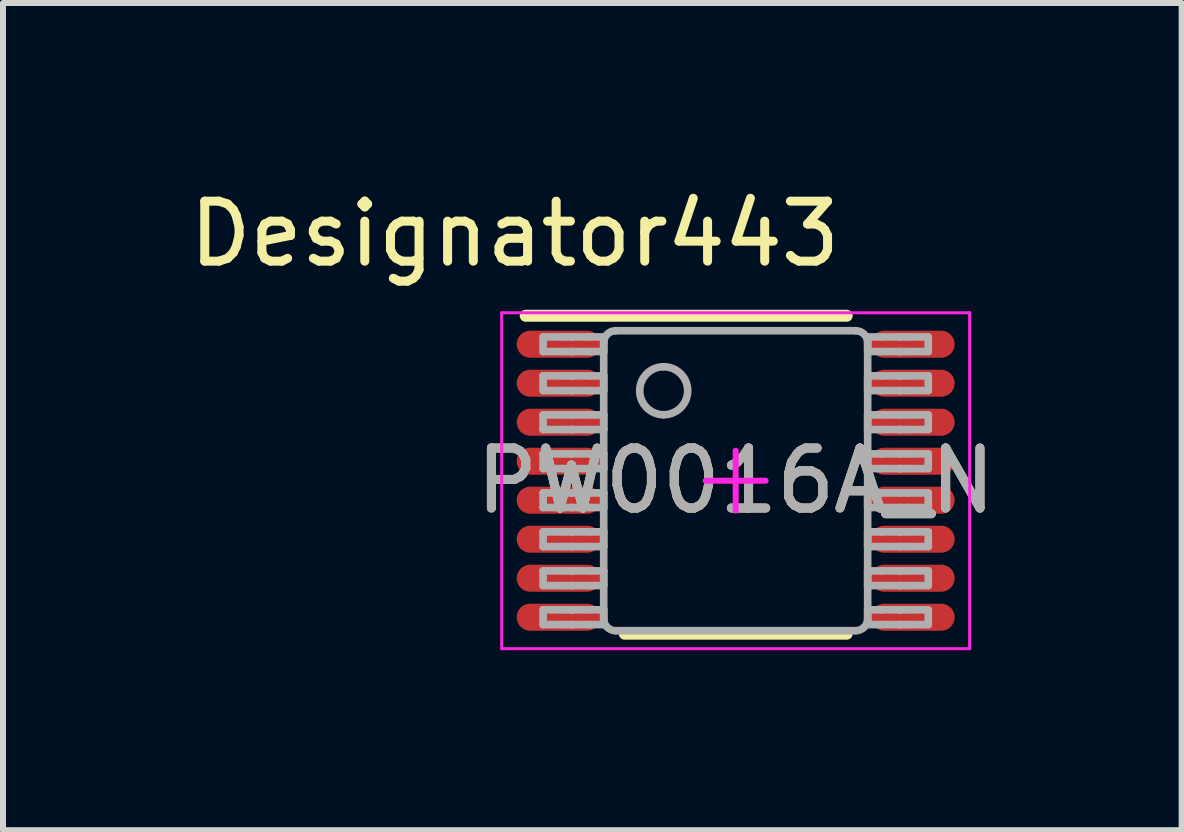
<source format=kicad_pcb>
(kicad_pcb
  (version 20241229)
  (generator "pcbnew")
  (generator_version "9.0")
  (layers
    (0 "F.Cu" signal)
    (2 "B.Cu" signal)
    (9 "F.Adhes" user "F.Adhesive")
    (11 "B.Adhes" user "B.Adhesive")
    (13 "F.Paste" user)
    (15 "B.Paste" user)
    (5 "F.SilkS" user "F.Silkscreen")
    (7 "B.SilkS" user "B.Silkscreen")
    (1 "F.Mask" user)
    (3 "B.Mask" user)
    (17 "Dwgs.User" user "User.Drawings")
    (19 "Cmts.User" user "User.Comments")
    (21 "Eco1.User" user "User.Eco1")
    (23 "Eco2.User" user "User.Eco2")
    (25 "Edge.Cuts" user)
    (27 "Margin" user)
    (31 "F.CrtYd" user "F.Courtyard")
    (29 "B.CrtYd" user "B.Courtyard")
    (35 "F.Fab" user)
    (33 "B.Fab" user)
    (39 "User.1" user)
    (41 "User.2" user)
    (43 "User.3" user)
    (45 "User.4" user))
  (footprint "PW0016A_N"
    (layer "F.Cu")
    (at 9.213 4.963)
    (property "Reference" "PW0016A_N" (at 0 0 0) (unlocked yes) (layer "F.SilkS") (effects (font (size 1 1) (thickness 0.15))))
    (attr smd)
    (fp_line (start -3.5 -2.75) (end 1.85 -2.75) (stroke (width 0.2) (type solid)) (layer "F.SilkS"))
    (fp_line (start -1.85 2.55) (end 1.85 2.55) (stroke (width 0.2) (type solid)) (layer "F.SilkS"))
    (fp_line (start -3.9 -2.8) (end 3.9 -2.8) (stroke (width 0.05) (type solid)) (layer "F.CrtYd"))
    (fp_line (start -3.9 2.8) (end -3.9 -2.8) (stroke (width 0.05) (type solid)) (layer "F.CrtYd"))
    (fp_line (start -3.9 2.8) (end 3.9 2.8) (stroke (width 0.05) (type solid)) (layer "F.CrtYd"))
    (fp_line (start -0.5 0) (end 0.5 0) (stroke (width 0.1) (type solid)) (layer "F.CrtYd"))
    (fp_line (start 0 0.5) (end 0 -0.5) (stroke (width 0.1) (type solid)) (layer "F.CrtYd"))
    (fp_line (start 3.9 2.8) (end 3.9 -2.8) (stroke (width 0.05) (type solid)) (layer "F.CrtYd"))
    (fp_line (start -3.21 -2.397) (end -2.887 -2.397) (stroke (width 0.127) (type solid)) (layer "F.Fab"))
    (fp_line (start -3.21 -2.153) (end -3.21 -2.397) (stroke (width 0.127) (type solid)) (layer "F.Fab"))
    (fp_line (start -3.21 -2.153) (end -2.887 -2.153) (stroke (width 0.127) (type solid)) (layer "F.Fab"))
    (fp_line (start -3.21 -1.748) (end -2.887 -1.748) (stroke (width 0.127) (type solid)) (layer "F.Fab"))
    (fp_line (start -3.21 -1.502) (end -3.21 -1.748) (stroke (width 0.127) (type solid)) (layer "F.Fab"))
    (fp_line (start -3.21 -1.502) (end -2.887 -1.502) (stroke (width 0.127) (type solid)) (layer "F.Fab"))
    (fp_line (start -3.21 -1.097) (end -2.887 -1.097) (stroke (width 0.127) (type solid)) (layer "F.Fab"))
    (fp_line (start -3.21 -0.853) (end -3.21 -1.097) (stroke (width 0.127) (type solid)) (layer "F.Fab"))
    (fp_line (start -3.21 -0.853) (end -2.887 -0.853) (stroke (width 0.127) (type solid)) (layer "F.Fab"))
    (fp_line (start -3.21 -0.448) (end -2.887 -0.448) (stroke (width 0.127) (type solid)) (layer "F.Fab"))
    (fp_line (start -3.21 -0.202) (end -3.21 -0.448) (stroke (width 0.127) (type solid)) (layer "F.Fab"))
    (fp_line (start -3.21 -0.202) (end -2.887 -0.202) (stroke (width 0.127) (type solid)) (layer "F.Fab"))
    (fp_line (start -3.21 0.203) (end -2.887 0.203) (stroke (width 0.127) (type solid)) (layer "F.Fab"))
    (fp_line (start -3.21 0.447) (end -3.21 0.203) (stroke (width 0.127) (type solid)) (layer "F.Fab"))
    (fp_line (start -3.21 0.447) (end -2.887 0.447) (stroke (width 0.127) (type solid)) (layer "F.Fab"))
    (fp_line (start -3.21 0.852) (end -2.887 0.852) (stroke (width 0.127) (type solid)) (layer "F.Fab"))
    (fp_line (start -3.21 1.098) (end -3.21 0.852) (stroke (width 0.127) (type solid)) (layer "F.Fab"))
    (fp_line (start -3.21 1.098) (end -2.887 1.098) (stroke (width 0.127) (type solid)) (layer "F.Fab"))
    (fp_line (start -3.21 1.503) (end -2.887 1.503) (stroke (width 0.127) (type solid)) (layer "F.Fab"))
    (fp_line (start -3.21 1.748) (end -3.21 1.503) (stroke (width 0.127) (type solid)) (layer "F.Fab"))
    (fp_line (start -3.21 1.748) (end -2.887 1.748) (stroke (width 0.127) (type solid)) (layer "F.Fab"))
    (fp_line (start -3.21 2.152) (end -2.887 2.152) (stroke (width 0.127) (type solid)) (layer "F.Fab"))
    (fp_line (start -3.21 2.398) (end -3.21 2.152) (stroke (width 0.127) (type solid)) (layer "F.Fab"))
    (fp_line (start -3.21 2.398) (end -2.887 2.398) (stroke (width 0.127) (type solid)) (layer "F.Fab"))
    (fp_line (start -2.887 -2.397) (end -2.739 -2.397) (stroke (width 0.127) (type solid)) (layer "F.Fab"))
    (fp_line (start -2.887 -2.153) (end -2.739 -2.153) (stroke (width 0.127) (type solid)) (layer "F.Fab"))
    (fp_line (start -2.887 -1.748) (end -2.739 -1.748) (stroke (width 0.127) (type solid)) (layer "F.Fab"))
    (fp_line (start -2.887 -1.502) (end -2.739 -1.502) (stroke (width 0.127) (type solid)) (layer "F.Fab"))
    (fp_line (start -2.887 -1.097) (end -2.739 -1.097) (stroke (width 0.127) (type solid)) (layer "F.Fab"))
    (fp_line (start -2.887 -0.853) (end -2.739 -0.853) (stroke (width 0.127) (type solid)) (layer "F.Fab"))
    (fp_line (start -2.887 -0.448) (end -2.739 -0.448) (stroke (width 0.127) (type solid)) (layer "F.Fab"))
    (fp_line (start -2.887 -0.202) (end -2.739 -0.202) (stroke (width 0.127) (type solid)) (layer "F.Fab"))
    (fp_line (start -2.887 0.203) (end -2.739 0.203) (stroke (width 0.127) (type solid)) (layer "F.Fab"))
    (fp_line (start -2.887 0.447) (end -2.739 0.447) (stroke (width 0.127) (type solid)) (layer "F.Fab"))
    (fp_line (start -2.887 0.852) (end -2.739 0.852) (stroke (width 0.127) (type solid)) (layer "F.Fab"))
    (fp_line (start -2.887 1.098) (end -2.739 1.098) (stroke (width 0.127) (type solid)) (layer "F.Fab"))
    (fp_line (start -2.887 1.503) (end -2.739 1.503) (stroke (width 0.127) (type solid)) (layer "F.Fab"))
    (fp_line (start -2.887 1.748) (end -2.739 1.748) (stroke (width 0.127) (type solid)) (layer "F.Fab"))
    (fp_line (start -2.887 2.152) (end -2.739 2.152) (stroke (width 0.127) (type solid)) (layer "F.Fab"))
    (fp_line (start -2.887 2.398) (end -2.739 2.398) (stroke (width 0.127) (type solid)) (layer "F.Fab"))
    (fp_line (start -2.739 -2.397) (end -2.733 -2.397) (stroke (width 0.127) (type solid)) (layer "F.Fab"))
    (fp_line (start -2.739 -2.153) (end -2.733 -2.153) (stroke (width 0.127) (type solid)) (layer "F.Fab"))
    (fp_line (start -2.739 -1.748) (end -2.733 -1.748) (stroke (width 0.127) (type solid)) (layer "F.Fab"))
    (fp_line (start -2.739 -1.502) (end -2.733 -1.502) (stroke (width 0.127) (type solid)) (layer "F.Fab"))
    (fp_line (start -2.739 -1.097) (end -2.733 -1.097) (stroke (width 0.127) (type solid)) (layer "F.Fab"))
    (fp_line (start -2.739 -0.853) (end -2.733 -0.853) (stroke (width 0.127) (type solid)) (layer "F.Fab"))
    (fp_line (start -2.739 -0.448) (end -2.733 -0.448) (stroke (width 0.127) (type solid)) (layer "F.Fab"))
    (fp_line (start -2.739 -0.202) (end -2.733 -0.202) (stroke (width 0.127) (type solid)) (layer "F.Fab"))
    (fp_line (start -2.739 0.203) (end -2.733 0.203) (stroke (width 0.127) (type solid)) (layer "F.Fab"))
    (fp_line (start -2.739 0.447) (end -2.733 0.447) (stroke (width 0.127) (type solid)) (layer "F.Fab"))
    (fp_line (start -2.739 0.852) (end -2.733 0.852) (stroke (width 0.127) (type solid)) (layer "F.Fab"))
    (fp_line (start -2.739 1.098) (end -2.733 1.098) (stroke (width 0.127) (type solid)) (layer "F.Fab"))
    (fp_line (start -2.739 1.503) (end -2.733 1.503) (stroke (width 0.127) (type solid)) (layer "F.Fab"))
    (fp_line (start -2.739 1.748) (end -2.733 1.748) (stroke (width 0.127) (type solid)) (layer "F.Fab"))
    (fp_line (start -2.739 2.152) (end -2.733 2.152) (stroke (width 0.127) (type solid)) (layer "F.Fab"))
    (fp_line (start -2.739 2.398) (end -2.733 2.398) (stroke (width 0.127) (type solid)) (layer "F.Fab"))
    (fp_line (start -2.733 -2.397) (end -2.431 -2.397) (stroke (width 0.127) (type solid)) (layer "F.Fab"))
    (fp_line (start -2.733 -2.153) (end -2.431 -2.153) (stroke (width 0.127) (type solid)) (layer "F.Fab"))
    (fp_line (start -2.733 -1.748) (end -2.431 -1.748) (stroke (width 0.127) (type solid)) (layer "F.Fab"))
    (fp_line (start -2.733 -1.502) (end -2.431 -1.502) (stroke (width 0.127) (type solid)) (layer "F.Fab"))
    (fp_line (start -2.733 -1.097) (end -2.431 -1.097) (stroke (width 0.127) (type solid)) (layer "F.Fab"))
    (fp_line (start -2.733 -0.853) (end -2.431 -0.853) (stroke (width 0.127) (type solid)) (layer "F.Fab"))
    (fp_line (start -2.733 -0.448) (end -2.431 -0.448) (stroke (width 0.127) (type solid)) (layer "F.Fab"))
    (fp_line (start -2.733 -0.202) (end -2.431 -0.202) (stroke (width 0.127) (type solid)) (layer "F.Fab"))
    (fp_line (start -2.733 0.203) (end -2.431 0.203) (stroke (width 0.127) (type solid)) (layer "F.Fab"))
    (fp_line (start -2.733 0.447) (end -2.431 0.447) (stroke (width 0.127) (type solid)) (layer "F.Fab"))
    (fp_line (start -2.733 0.852) (end -2.431 0.852) (stroke (width 0.127) (type solid)) (layer "F.Fab"))
    (fp_line (start -2.733 1.098) (end -2.431 1.098) (stroke (width 0.127) (type solid)) (layer "F.Fab"))
    (fp_line (start -2.733 1.503) (end -2.431 1.503) (stroke (width 0.127) (type solid)) (layer "F.Fab"))
    (fp_line (start -2.733 1.748) (end -2.431 1.748) (stroke (width 0.127) (type solid)) (layer "F.Fab"))
    (fp_line (start -2.733 2.152) (end -2.431 2.152) (stroke (width 0.127) (type solid)) (layer "F.Fab"))
    (fp_line (start -2.733 2.398) (end -2.431 2.398) (stroke (width 0.127) (type solid)) (layer "F.Fab"))
    (fp_line (start -2.431 -2.397) (end -2.2 -2.397) (stroke (width 0.127) (type solid)) (layer "F.Fab"))
    (fp_line (start -2.431 -2.153) (end -2.2 -2.153) (stroke (width 0.127) (type solid)) (layer "F.Fab"))
    (fp_line (start -2.431 -1.748) (end -2.2 -1.748) (stroke (width 0.127) (type solid)) (layer "F.Fab"))
    (fp_line (start -2.431 -1.502) (end -2.2 -1.502) (stroke (width 0.127) (type solid)) (layer "F.Fab"))
    (fp_line (start -2.431 -1.097) (end -2.2 -1.097) (stroke (width 0.127) (type solid)) (layer "F.Fab"))
    (fp_line (start -2.431 -0.853) (end -2.2 -0.853) (stroke (width 0.127) (type solid)) (layer "F.Fab"))
    (fp_line (start -2.431 -0.448) (end -2.2 -0.448) (stroke (width 0.127) (type solid)) (layer "F.Fab"))
    (fp_line (start -2.431 -0.202) (end -2.2 -0.202) (stroke (width 0.127) (type solid)) (layer "F.Fab"))
    (fp_line (start -2.431 0.203) (end -2.2 0.203) (stroke (width 0.127) (type solid)) (layer "F.Fab"))
    (fp_line (start -2.431 0.447) (end -2.2 0.447) (stroke (width 0.127) (type solid)) (layer "F.Fab"))
    (fp_line (start -2.431 0.852) (end -2.2 0.852) (stroke (width 0.127) (type solid)) (layer "F.Fab"))
    (fp_line (start -2.431 1.098) (end -2.2 1.098) (stroke (width 0.127) (type solid)) (layer "F.Fab"))
    (fp_line (start -2.431 1.503) (end -2.2 1.503) (stroke (width 0.127) (type solid)) (layer "F.Fab"))
    (fp_line (start -2.431 1.748) (end -2.2 1.748) (stroke (width 0.127) (type solid)) (layer "F.Fab"))
    (fp_line (start -2.431 2.152) (end -2.2 2.152) (stroke (width 0.127) (type solid)) (layer "F.Fab"))
    (fp_line (start -2.431 2.398) (end -2.2 2.398) (stroke (width 0.127) (type solid)) (layer "F.Fab"))
    (fp_line (start -2.2 -2.153) (end -2.2 -2.397) (stroke (width 0.127) (type solid)) (layer "F.Fab"))
    (fp_line (start -2.2 -1.502) (end -2.2 -1.748) (stroke (width 0.127) (type solid)) (layer "F.Fab"))
    (fp_line (start -2.2 -0.853) (end -2.2 -1.097) (stroke (width 0.127) (type solid)) (layer "F.Fab"))
    (fp_line (start -2.2 -0.202) (end -2.2 -0.448) (stroke (width 0.127) (type solid)) (layer "F.Fab"))
    (fp_line (start -2.2 0.447) (end -2.2 0.203) (stroke (width 0.127) (type solid)) (layer "F.Fab"))
    (fp_line (start -2.2 1.098) (end -2.2 0.852) (stroke (width 0.127) (type solid)) (layer "F.Fab"))
    (fp_line (start -2.2 1.748) (end -2.2 1.503) (stroke (width 0.127) (type solid)) (layer "F.Fab"))
    (fp_line (start -2.2 2.3) (end -2.2 -2.3) (stroke (width 0.127) (type solid)) (layer "F.Fab"))
    (fp_line (start -2.2 2.398) (end -2.2 2.152) (stroke (width 0.127) (type solid)) (layer "F.Fab"))
    (fp_line (start -2 -2.5) (end 2 -2.5) (stroke (width 0.127) (type solid)) (layer "F.Fab"))
    (fp_line (start -2 2.5) (end 2 2.5) (stroke (width 0.127) (type solid)) (layer "F.Fab"))
    (fp_line (start 2.2 -2.397) (end 2.43 -2.397) (stroke (width 0.127) (type solid)) (layer "F.Fab"))
    (fp_line (start 2.2 -2.153) (end 2.2 -2.397) (stroke (width 0.127) (type solid)) (layer "F.Fab"))
    (fp_line (start 2.2 -2.153) (end 2.43 -2.153) (stroke (width 0.127) (type solid)) (layer "F.Fab"))
    (fp_line (start 2.2 -1.748) (end 2.43 -1.748) (stroke (width 0.127) (type solid)) (layer "F.Fab"))
    (fp_line (start 2.2 -1.502) (end 2.2 -1.748) (stroke (width 0.127) (type solid)) (layer "F.Fab"))
    (fp_line (start 2.2 -1.502) (end 2.43 -1.502) (stroke (width 0.127) (type solid)) (layer "F.Fab"))
    (fp_line (start 2.2 -1.097) (end 2.43 -1.097) (stroke (width 0.127) (type solid)) (layer "F.Fab"))
    (fp_line (start 2.2 -0.853) (end 2.2 -1.097) (stroke (width 0.127) (type solid)) (layer "F.Fab"))
    (fp_line (start 2.2 -0.853) (end 2.43 -0.853) (stroke (width 0.127) (type solid)) (layer "F.Fab"))
    (fp_line (start 2.2 -0.448) (end 2.43 -0.448) (stroke (width 0.127) (type solid)) (layer "F.Fab"))
    (fp_line (start 2.2 -0.202) (end 2.2 -0.448) (stroke (width 0.127) (type solid)) (layer "F.Fab"))
    (fp_line (start 2.2 -0.202) (end 2.43 -0.202) (stroke (width 0.127) (type solid)) (layer "F.Fab"))
    (fp_line (start 2.2 0.203) (end 2.43 0.203) (stroke (width 0.127) (type solid)) (layer "F.Fab"))
    (fp_line (start 2.2 0.447) (end 2.2 0.203) (stroke (width 0.127) (type solid)) (layer "F.Fab"))
    (fp_line (start 2.2 0.447) (end 2.43 0.447) (stroke (width 0.127) (type solid)) (layer "F.Fab"))
    (fp_line (start 2.2 0.852) (end 2.43 0.852) (stroke (width 0.127) (type solid)) (layer "F.Fab"))
    (fp_line (start 2.2 1.098) (end 2.2 0.852) (stroke (width 0.127) (type solid)) (layer "F.Fab"))
    (fp_line (start 2.2 1.098) (end 2.43 1.098) (stroke (width 0.127) (type solid)) (layer "F.Fab"))
    (fp_line (start 2.2 1.503) (end 2.43 1.503) (stroke (width 0.127) (type solid)) (layer "F.Fab"))
    (fp_line (start 2.2 1.748) (end 2.2 1.503) (stroke (width 0.127) (type solid)) (layer "F.Fab"))
    (fp_line (start 2.2 1.748) (end 2.43 1.748) (stroke (width 0.127) (type solid)) (layer "F.Fab"))
    (fp_line (start 2.2 2.152) (end 2.43 2.152) (stroke (width 0.127) (type solid)) (layer "F.Fab"))
    (fp_line (start 2.2 2.3) (end 2.2 -2.3) (stroke (width 0.127) (type solid)) (layer "F.Fab"))
    (fp_line (start 2.2 2.398) (end 2.2 2.152) (stroke (width 0.127) (type solid)) (layer "F.Fab"))
    (fp_line (start 2.2 2.398) (end 2.43 2.398) (stroke (width 0.127) (type solid)) (layer "F.Fab"))
    (fp_line (start 2.43 -2.397) (end 2.733 -2.397) (stroke (width 0.127) (type solid)) (layer "F.Fab"))
    (fp_line (start 2.43 -2.153) (end 2.733 -2.153) (stroke (width 0.127) (type solid)) (layer "F.Fab"))
    (fp_line (start 2.43 -1.748) (end 2.733 -1.748) (stroke (width 0.127) (type solid)) (layer "F.Fab"))
    (fp_line (start 2.43 -1.502) (end 2.733 -1.502) (stroke (width 0.127) (type solid)) (layer "F.Fab"))
    (fp_line (start 2.43 -1.097) (end 2.733 -1.097) (stroke (width 0.127) (type solid)) (layer "F.Fab"))
    (fp_line (start 2.43 -0.853) (end 2.733 -0.853) (stroke (width 0.127) (type solid)) (layer "F.Fab"))
    (fp_line (start 2.43 -0.448) (end 2.733 -0.448) (stroke (width 0.127) (type solid)) (layer "F.Fab"))
    (fp_line (start 2.43 -0.202) (end 2.733 -0.202) (stroke (width 0.127) (type solid)) (layer "F.Fab"))
    (fp_line (start 2.43 0.203) (end 2.733 0.203) (stroke (width 0.127) (type solid)) (layer "F.Fab"))
    (fp_line (start 2.43 0.447) (end 2.733 0.447) (stroke (width 0.127) (type solid)) (layer "F.Fab"))
    (fp_line (start 2.43 0.852) (end 2.733 0.852) (stroke (width 0.127) (type solid)) (layer "F.Fab"))
    (fp_line (start 2.43 1.098) (end 2.733 1.098) (stroke (width 0.127) (type solid)) (layer "F.Fab"))
    (fp_line (start 2.43 1.503) (end 2.733 1.503) (stroke (width 0.127) (type solid)) (layer "F.Fab"))
    (fp_line (start 2.43 1.748) (end 2.733 1.748) (stroke (width 0.127) (type solid)) (layer "F.Fab"))
    (fp_line (start 2.43 2.152) (end 2.733 2.152) (stroke (width 0.127) (type solid)) (layer "F.Fab"))
    (fp_line (start 2.43 2.398) (end 2.733 2.398) (stroke (width 0.127) (type solid)) (layer "F.Fab"))
    (fp_line (start 2.733 -2.397) (end 2.739 -2.397) (stroke (width 0.127) (type solid)) (layer "F.Fab"))
    (fp_line (start 2.733 -2.153) (end 2.739 -2.153) (stroke (width 0.127) (type solid)) (layer "F.Fab"))
    (fp_line (start 2.733 -1.748) (end 2.739 -1.748) (stroke (width 0.127) (type solid)) (layer "F.Fab"))
    (fp_line (start 2.733 -1.502) (end 2.739 -1.502) (stroke (width 0.127) (type solid)) (layer "F.Fab"))
    (fp_line (start 2.733 -1.097) (end 2.739 -1.097) (stroke (width 0.127) (type solid)) (layer "F.Fab"))
    (fp_line (start 2.733 -0.853) (end 2.739 -0.853) (stroke (width 0.127) (type solid)) (layer "F.Fab"))
    (fp_line (start 2.733 -0.448) (end 2.739 -0.448) (stroke (width 0.127) (type solid)) (layer "F.Fab"))
    (fp_line (start 2.733 -0.202) (end 2.739 -0.202) (stroke (width 0.127) (type solid)) (layer "F.Fab"))
    (fp_line (start 2.733 0.203) (end 2.739 0.203) (stroke (width 0.127) (type solid)) (layer "F.Fab"))
    (fp_line (start 2.733 0.447) (end 2.739 0.447) (stroke (width 0.127) (type solid)) (layer "F.Fab"))
    (fp_line (start 2.733 0.852) (end 2.739 0.852) (stroke (width 0.127) (type solid)) (layer "F.Fab"))
    (fp_line (start 2.733 1.098) (end 2.739 1.098) (stroke (width 0.127) (type solid)) (layer "F.Fab"))
    (fp_line (start 2.733 1.503) (end 2.739 1.503) (stroke (width 0.127) (type solid)) (layer "F.Fab"))
    (fp_line (start 2.733 1.748) (end 2.739 1.748) (stroke (width 0.127) (type solid)) (layer "F.Fab"))
    (fp_line (start 2.733 2.152) (end 2.739 2.152) (stroke (width 0.127) (type solid)) (layer "F.Fab"))
    (fp_line (start 2.733 2.398) (end 2.739 2.398) (stroke (width 0.127) (type solid)) (layer "F.Fab"))
    (fp_line (start 2.739 -2.397) (end 2.887 -2.397) (stroke (width 0.127) (type solid)) (layer "F.Fab"))
    (fp_line (start 2.739 -2.153) (end 2.887 -2.153) (stroke (width 0.127) (type solid)) (layer "F.Fab"))
    (fp_line (start 2.739 -1.748) (end 2.887 -1.748) (stroke (width 0.127) (type solid)) (layer "F.Fab"))
    (fp_line (start 2.739 -1.502) (end 2.887 -1.502) (stroke (width 0.127) (type solid)) (layer "F.Fab"))
    (fp_line (start 2.739 -1.097) (end 2.887 -1.097) (stroke (width 0.127) (type solid)) (layer "F.Fab"))
    (fp_line (start 2.739 -0.853) (end 2.887 -0.853) (stroke (width 0.127) (type solid)) (layer "F.Fab"))
    (fp_line (start 2.739 -0.448) (end 2.887 -0.448) (stroke (width 0.127) (type solid)) (layer "F.Fab"))
    (fp_line (start 2.739 -0.202) (end 2.887 -0.202) (stroke (width 0.127) (type solid)) (layer "F.Fab"))
    (fp_line (start 2.739 0.203) (end 2.887 0.203) (stroke (width 0.127) (type solid)) (layer "F.Fab"))
    (fp_line (start 2.739 0.447) (end 2.887 0.447) (stroke (width 0.127) (type solid)) (layer "F.Fab"))
    (fp_line (start 2.739 0.852) (end 2.887 0.852) (stroke (width 0.127) (type solid)) (layer "F.Fab"))
    (fp_line (start 2.739 1.098) (end 2.887 1.098) (stroke (width 0.127) (type solid)) (layer "F.Fab"))
    (fp_line (start 2.739 1.503) (end 2.887 1.503) (stroke (width 0.127) (type solid)) (layer "F.Fab"))
    (fp_line (start 2.739 1.748) (end 2.887 1.748) (stroke (width 0.127) (type solid)) (layer "F.Fab"))
    (fp_line (start 2.739 2.152) (end 2.887 2.152) (stroke (width 0.127) (type solid)) (layer "F.Fab"))
    (fp_line (start 2.739 2.398) (end 2.887 2.398) (stroke (width 0.127) (type solid)) (layer "F.Fab"))
    (fp_line (start 2.887 -2.397) (end 3.21 -2.397) (stroke (width 0.127) (type solid)) (layer "F.Fab"))
    (fp_line (start 2.887 -2.153) (end 3.21 -2.153) (stroke (width 0.127) (type solid)) (layer "F.Fab"))
    (fp_line (start 2.887 -1.748) (end 3.21 -1.748) (stroke (width 0.127) (type solid)) (layer "F.Fab"))
    (fp_line (start 2.887 -1.502) (end 3.21 -1.502) (stroke (width 0.127) (type solid)) (layer "F.Fab"))
    (fp_line (start 2.887 -1.097) (end 3.21 -1.097) (stroke (width 0.127) (type solid)) (layer "F.Fab"))
    (fp_line (start 2.887 -0.853) (end 3.21 -0.853) (stroke (width 0.127) (type solid)) (layer "F.Fab"))
    (fp_line (start 2.887 -0.448) (end 3.21 -0.448) (stroke (width 0.127) (type solid)) (layer "F.Fab"))
    (fp_line (start 2.887 -0.202) (end 3.21 -0.202) (stroke (width 0.127) (type solid)) (layer "F.Fab"))
    (fp_line (start 2.887 0.203) (end 3.21 0.203) (stroke (width 0.127) (type solid)) (layer "F.Fab"))
    (fp_line (start 2.887 0.447) (end 3.21 0.447) (stroke (width 0.127) (type solid)) (layer "F.Fab"))
    (fp_line (start 2.887 0.852) (end 3.21 0.852) (stroke (width 0.127) (type solid)) (layer "F.Fab"))
    (fp_line (start 2.887 1.098) (end 3.21 1.098) (stroke (width 0.127) (type solid)) (layer "F.Fab"))
    (fp_line (start 2.887 1.503) (end 3.21 1.503) (stroke (width 0.127) (type solid)) (layer "F.Fab"))
    (fp_line (start 2.887 1.748) (end 3.21 1.748) (stroke (width 0.127) (type solid)) (layer "F.Fab"))
    (fp_line (start 2.887 2.152) (end 3.21 2.152) (stroke (width 0.127) (type solid)) (layer "F.Fab"))
    (fp_line (start 2.887 2.398) (end 3.21 2.398) (stroke (width 0.127) (type solid)) (layer "F.Fab"))
    (fp_line (start 3.21 -2.153) (end 3.21 -2.397) (stroke (width 0.127) (type solid)) (layer "F.Fab"))
    (fp_line (start 3.21 -1.502) (end 3.21 -1.748) (stroke (width 0.127) (type solid)) (layer "F.Fab"))
    (fp_line (start 3.21 -0.853) (end 3.21 -1.097) (stroke (width 0.127) (type solid)) (layer "F.Fab"))
    (fp_line (start 3.21 -0.202) (end 3.21 -0.448) (stroke (width 0.127) (type solid)) (layer "F.Fab"))
    (fp_line (start 3.21 0.447) (end 3.21 0.203) (stroke (width 0.127) (type solid)) (layer "F.Fab"))
    (fp_line (start 3.21 1.098) (end 3.21 0.852) (stroke (width 0.127) (type solid)) (layer "F.Fab"))
    (fp_line (start 3.21 1.748) (end 3.21 1.503) (stroke (width 0.127) (type solid)) (layer "F.Fab"))
    (fp_line (start 3.21 2.398) (end 3.21 2.152) (stroke (width 0.127) (type solid)) (layer "F.Fab"))
    (fp_arc (start -2.200001 -2.3) (mid -2.141422 -2.441421) (end -2.000001 -2.5) (stroke (width 0.127) (type solid)) (layer "F.Fab"))
    (fp_arc (start -2.000001 2.500015) (mid -2.141422 2.441437) (end -2.200001 2.300016) (stroke (width 0.127) (type solid)) (layer "F.Fab"))
    (fp_arc (start -1.200003 -1.900001) (mid -0.800003 -1.500002) (end -1.200003 -1.100003) (stroke (width 0.127) (type solid)) (layer "F.Fab"))
    (fp_arc (start -1.200003 -1.100003) (mid -1.600002 -1.500002) (end -1.200003 -1.900001) (stroke (width 0.127) (type solid)) (layer "F.Fab"))
    (fp_arc (start 1.999991 -2.5) (mid 2.141412 -2.441422) (end 2.199991 -2.3) (stroke (width 0.127) (type solid)) (layer "F.Fab"))
    (fp_arc (start 2.199991 2.300016) (mid 2.141412 2.441437) (end 1.999991 2.500015) (stroke (width 0.127) (type solid)) (layer "F.Fab"))
    (fp_text user "Designator443" (at -3.683 -4.115 0) (unlocked yes) (layer "F.SilkS") (effects (font (size 1 1) (thickness 0.15))))
    (fp_text user "${REFERENCE}" (at 0 0 0) (unlocked yes) (layer "F.Fab") (effects (font (size 1 1) (thickness 0.15))))
    (pad "1" smd oval (at -2.95 -2.275 90) (size 0.45 1.4) (layers "F.Cu" "F.Mask" "F.Paste"))
    (pad "2" smd oval (at -2.95 -1.625 90) (size 0.45 1.4) (layers "F.Cu" "F.Mask" "F.Paste"))
    (pad "3" smd oval (at -2.95 -0.975 90) (size 0.45 1.4) (layers "F.Cu" "F.Mask" "F.Paste"))
    (pad "4" smd oval (at -2.95 -0.325 90) (size 0.45 1.4) (layers "F.Cu" "F.Mask" "F.Paste"))
    (pad "5" smd oval (at -2.95 0.325 90) (size 0.45 1.4) (layers "F.Cu" "F.Mask" "F.Paste"))
    (pad "6" smd oval (at -2.95 0.975 90) (size 0.45 1.4) (layers "F.Cu" "F.Mask" "F.Paste"))
    (pad "7" smd oval (at -2.95 1.625 90) (size 0.45 1.4) (layers "F.Cu" "F.Mask" "F.Paste"))
    (pad "8" smd oval (at -2.95 2.275 90) (size 0.45 1.4) (layers "F.Cu" "F.Mask" "F.Paste"))
    (pad "9" smd oval (at 2.95 2.275 90) (size 0.45 1.4) (layers "F.Cu" "F.Mask" "F.Paste"))
    (pad "10" smd oval (at 2.95 1.625 90) (size 0.45 1.4) (layers "F.Cu" "F.Mask" "F.Paste"))
    (pad "11" smd oval (at 2.95 0.975 90) (size 0.45 1.4) (layers "F.Cu" "F.Mask" "F.Paste"))
    (pad "12" smd oval (at 2.95 0.325 90) (size 0.45 1.4) (layers "F.Cu" "F.Mask" "F.Paste"))
    (pad "13" smd oval (at 2.95 -0.325 90) (size 0.45 1.4) (layers "F.Cu" "F.Mask" "F.Paste"))
    (pad "14" smd oval (at 2.95 -0.975 90) (size 0.45 1.4) (layers "F.Cu" "F.Mask" "F.Paste"))
    (pad "15" smd oval (at 2.95 -1.625 90) (size 0.45 1.4) (layers "F.Cu" "F.Mask" "F.Paste"))
    (pad "16" smd oval (at 2.95 -2.275 90) (size 0.45 1.4) (layers "F.Cu" "F.Mask" "F.Paste")))
  (gr_rect
    (start -3 -3)
    (end 16.647 10.788)
    (stroke (width 0.1) (type default))
    (fill no)
    (layer "Edge.Cuts")))
</source>
